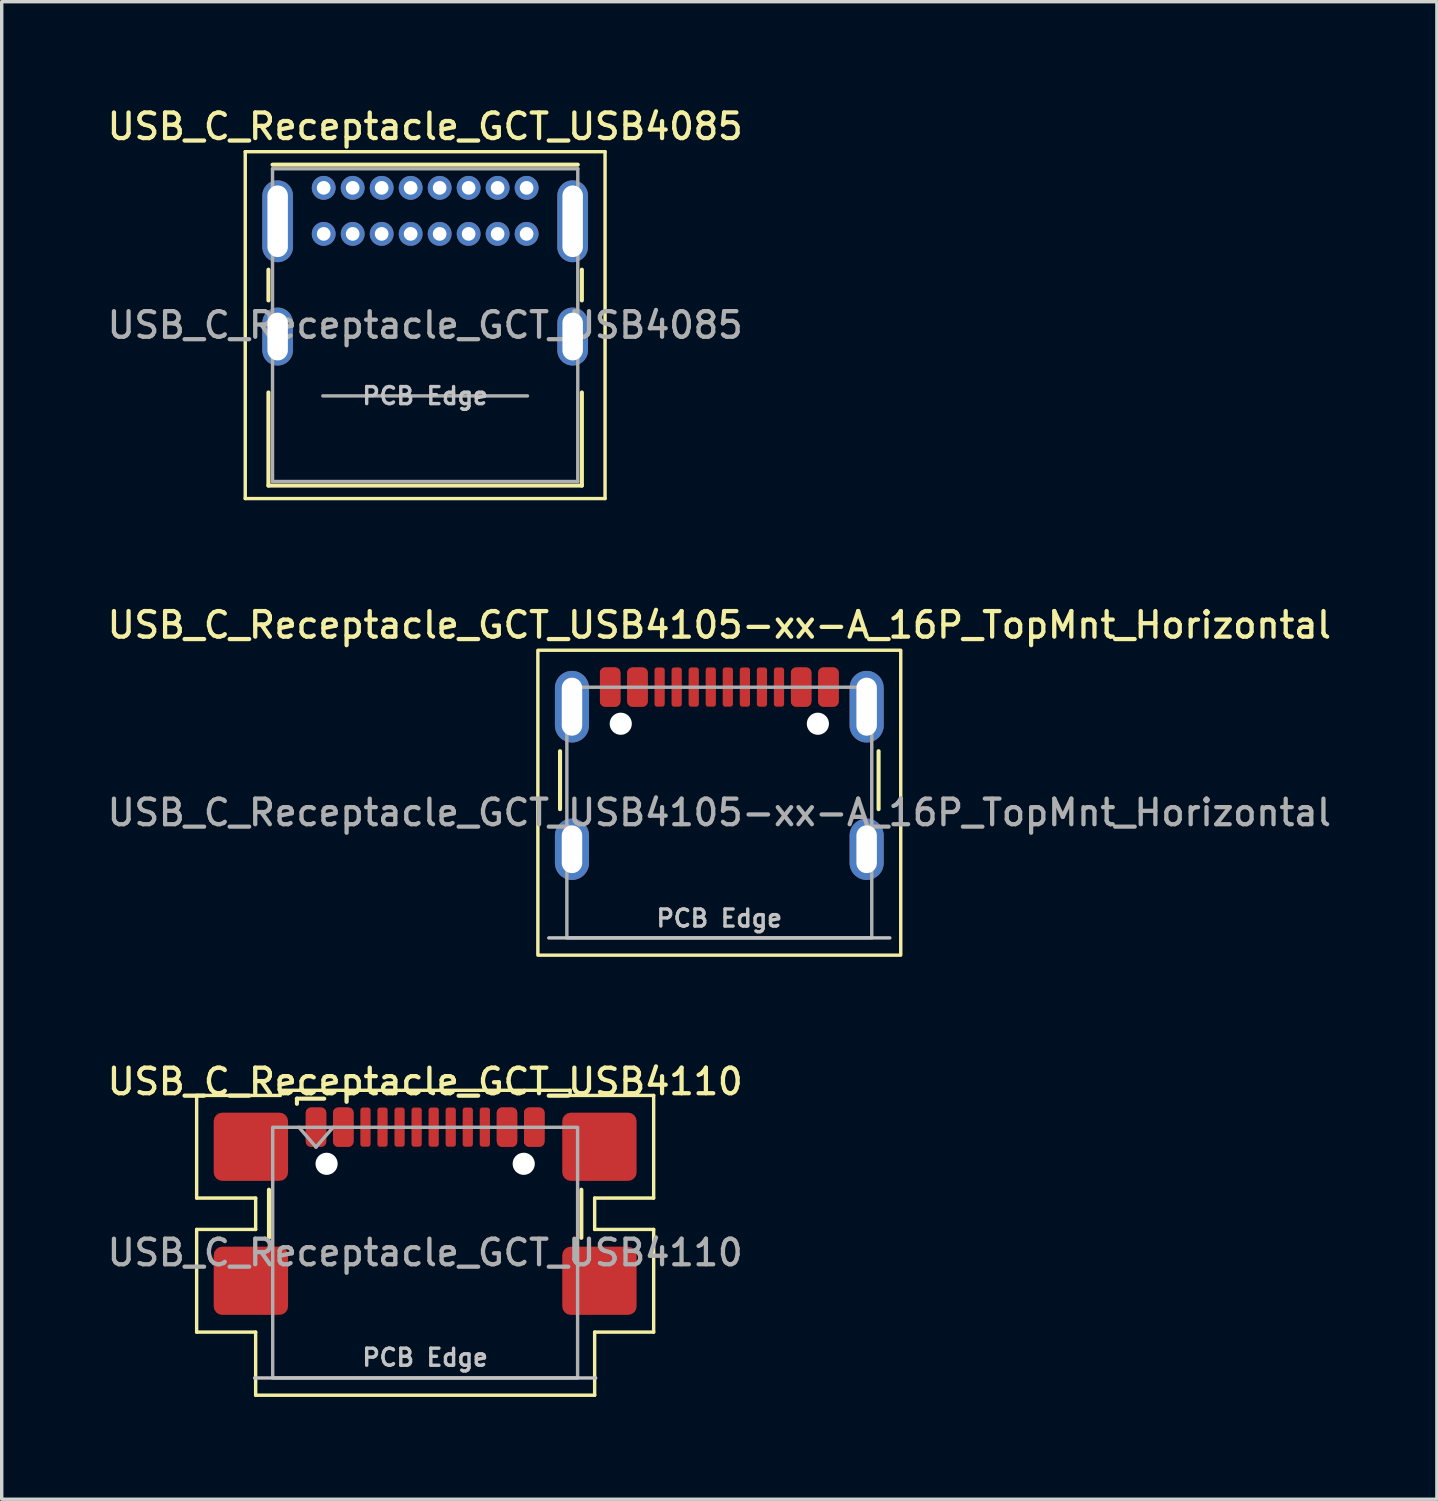
<source format=kicad_pcb>
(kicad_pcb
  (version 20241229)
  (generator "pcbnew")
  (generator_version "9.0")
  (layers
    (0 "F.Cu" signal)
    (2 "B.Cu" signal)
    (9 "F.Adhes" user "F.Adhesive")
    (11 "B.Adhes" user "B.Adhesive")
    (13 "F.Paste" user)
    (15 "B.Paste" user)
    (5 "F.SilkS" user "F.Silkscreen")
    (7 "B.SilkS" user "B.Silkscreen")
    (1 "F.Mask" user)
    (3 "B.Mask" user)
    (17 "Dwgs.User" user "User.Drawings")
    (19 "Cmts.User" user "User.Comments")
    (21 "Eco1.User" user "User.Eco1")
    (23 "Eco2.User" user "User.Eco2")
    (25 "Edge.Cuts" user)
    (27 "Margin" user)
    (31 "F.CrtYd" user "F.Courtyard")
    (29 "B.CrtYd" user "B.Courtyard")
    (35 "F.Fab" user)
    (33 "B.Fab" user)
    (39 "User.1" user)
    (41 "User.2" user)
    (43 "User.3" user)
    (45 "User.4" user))
  (footprint "USB_C_Receptacle_GCT_USB4105-xx-A_16P_TopMnt_Horizontal"
    (layer "F.Cu")
    (at 18.041 20.776)
    (property "Reference" "USB_C_Receptacle_GCT_USB4105-xx-A_16P_TopMnt_Horizontal" (at 0 -5.5 0) (unlocked yes) (layer "F.SilkS") (effects (font (size 0.75 0.75) (thickness 0.125))))
    (attr smd)
    (fp_line (start -4.67 -0.1) (end -4.67 -1.8) (stroke (width 0.12) (type solid)) (layer "F.SilkS"))
    (fp_line (start 4.67 -0.1) (end 4.67 -1.8) (stroke (width 0.12) (type solid)) (layer "F.SilkS"))
    (fp_rect (start -5.32 -4.76) (end 5.32 4.18) (stroke (width 0.1) (type solid)) (fill no) (layer "F.SilkS"))
    (fp_line (start 5 3.675) (end -5 3.675) (stroke (width 0.1) (type solid)) (layer "Dwgs.User"))
    (fp_rect (start -4.47 -3.675) (end 4.47 3.675) (stroke (width 0.1) (type solid)) (fill no) (layer "F.Fab"))
    (fp_text user "PCB Edge" (at 0 3.1 0) (unlocked yes) (layer "Dwgs.User") (effects (font (size 0.5 0.5) (thickness 0.1))))
    (fp_text user "${REFERENCE}" (at 0 0 0) (unlocked yes) (layer "F.Fab") (effects (font (size 0.75 0.75) (thickness 0.125))))
    (pad "" np_thru_hole circle (at -2.89 -2.605) (size 0.65 0.65) (drill 0.65) (layers "*.Cu" "*.Mask"))
    (pad "" np_thru_hole circle (at 2.89 -2.605) (size 0.65 0.65) (drill 0.65) (layers "*.Cu" "*.Mask"))
    (pad "A1" smd roundrect (at -3.2 -3.68) (size 0.6 1.15) (layers "F.Cu" "F.Mask" "F.Paste") (roundrect_rratio 0.25))
    (pad "A4" smd roundrect (at -2.4 -3.68) (size 0.6 1.15) (layers "F.Cu" "F.Mask" "F.Paste") (roundrect_rratio 0.25))
    (pad "A5" smd roundrect (at -1.25 -3.68) (size 0.3 1.15) (layers "F.Cu" "F.Mask" "F.Paste") (roundrect_rratio 0.25))
    (pad "A6" smd roundrect (at -0.25 -3.68) (size 0.3 1.15) (layers "F.Cu" "F.Mask" "F.Paste") (roundrect_rratio 0.25))
    (pad "A7" smd roundrect (at 0.25 -3.68) (size 0.3 1.15) (layers "F.Cu" "F.Mask" "F.Paste") (roundrect_rratio 0.25))
    (pad "A8" smd roundrect (at 1.25 -3.68) (size 0.3 1.15) (layers "F.Cu" "F.Mask" "F.Paste") (roundrect_rratio 0.25))
    (pad "A9" smd roundrect (at 2.4 -3.68) (size 0.6 1.15) (layers "F.Cu" "F.Mask" "F.Paste") (roundrect_rratio 0.25))
    (pad "A12" smd roundrect (at 3.2 -3.68) (size 0.6 1.15) (layers "F.Cu" "F.Mask" "F.Paste") (roundrect_rratio 0.25))
    (pad "B1" smd roundrect (at 3.2 -3.68) (size 0.6 1.15) (layers "F.Cu" "F.Mask" "F.Paste") (roundrect_rratio 0.25))
    (pad "B4" smd roundrect (at 2.4 -3.68) (size 0.6 1.15) (layers "F.Cu" "F.Mask" "F.Paste") (roundrect_rratio 0.25))
    (pad "B5" smd roundrect (at 1.75 -3.68) (size 0.3 1.15) (layers "F.Cu" "F.Mask" "F.Paste") (roundrect_rratio 0.25))
    (pad "B6" smd roundrect (at 0.75 -3.68) (size 0.3 1.15) (layers "F.Cu" "F.Mask" "F.Paste") (roundrect_rratio 0.25))
    (pad "B7" smd roundrect (at -0.75 -3.68) (size 0.3 1.15) (layers "F.Cu" "F.Mask" "F.Paste") (roundrect_rratio 0.25))
    (pad "B8" smd roundrect (at -1.75 -3.68) (size 0.3 1.15) (layers "F.Cu" "F.Mask" "F.Paste") (roundrect_rratio 0.25))
    (pad "B9" smd roundrect (at -2.4 -3.68) (size 0.6 1.15) (layers "F.Cu" "F.Mask" "F.Paste") (roundrect_rratio 0.25))
    (pad "B12" smd roundrect (at -3.2 -3.68) (size 0.6 1.15) (layers "F.Cu" "F.Mask" "F.Paste") (roundrect_rratio 0.25))
    (pad "S1" thru_hole oval (at -4.32 -3.105) (size 1 2.1) (drill oval 0.6 1.7) (layers "*.Cu" "*.Mask" "F.Paste"))
    (pad "S1" thru_hole oval (at -4.32 1.075) (size 1 1.8) (drill oval 0.6 1.4) (layers "*.Cu" "*.Mask" "F.Paste"))
    (pad "S1" thru_hole oval (at 4.32 -3.105) (size 1 2.1) (drill oval 0.6 1.7) (layers "*.Cu" "*.Mask" "F.Paste"))
    (pad "S1" thru_hole oval (at 4.32 1.075) (size 1 1.8) (drill oval 0.6 1.4) (layers "*.Cu" "*.Mask" "F.Paste")))
  (footprint "USB_C_Receptacle_GCT_USB4110"
    (layer "F.Cu")
    (at 9.416 33.679)
    (property "Reference" "USB_C_Receptacle_GCT_USB4110" (at 0 -5.015 0) (unlocked yes) (layer "F.SilkS") (effects (font (size 0.75 0.75) (thickness 0.125))))
    (attr smd)
    (fp_line (start -6.7 -4.61) (end -4.25 -4.61) (stroke (width 0.1) (type default)) (layer "F.SilkS"))
    (fp_line (start -6.7 -1.6) (end -6.7 -4.61) (stroke (width 0.1) (type default)) (layer "F.SilkS"))
    (fp_line (start -6.7 -0.68) (end -4.97 -0.68) (stroke (width 0.1) (type default)) (layer "F.SilkS"))
    (fp_line (start -6.7 2.33) (end -6.7 -0.68) (stroke (width 0.1) (type default)) (layer "F.SilkS"))
    (fp_line (start -4.97 -1.6) (end -6.7 -1.6) (stroke (width 0.1) (type default)) (layer "F.SilkS"))
    (fp_line (start -4.97 -0.68) (end -4.97 -1.6) (stroke (width 0.1) (type default)) (layer "F.SilkS"))
    (fp_line (start -4.97 2.33) (end -6.7 2.33) (stroke (width 0.1) (type default)) (layer "F.SilkS"))
    (fp_line (start -4.97 4.18) (end -4.97 2.33) (stroke (width 0.1) (type default)) (layer "F.SilkS"))
    (fp_line (start -4.58 -0.435) (end -4.58 -1.845) (stroke (width 0.12) (type default)) (layer "F.SilkS"))
    (fp_line (start -4.25 -4.76) (end 4.25 -4.76) (stroke (width 0.1) (type default)) (layer "F.SilkS"))
    (fp_line (start -4.25 -4.61) (end -4.25 -4.76) (stroke (width 0.1) (type default)) (layer "F.SilkS"))
    (fp_line (start -3.76 -4.515) (end -3.76 -4.365) (stroke (width 0.12) (type default)) (layer "F.SilkS"))
    (fp_line (start -2.96 -4.515) (end -3.76 -4.515) (stroke (width 0.12) (type default)) (layer "F.SilkS"))
    (fp_line (start 4.25 -4.76) (end 4.25 -4.61) (stroke (width 0.1) (type default)) (layer "F.SilkS"))
    (fp_line (start 4.25 -4.61) (end 6.7 -4.61) (stroke (width 0.1) (type default)) (layer "F.SilkS"))
    (fp_line (start 4.58 -0.435) (end 4.58 -1.845) (stroke (width 0.12) (type default)) (layer "F.SilkS"))
    (fp_line (start 4.97 -1.6) (end 4.97 -0.68) (stroke (width 0.1) (type default)) (layer "F.SilkS"))
    (fp_line (start 4.97 -0.68) (end 6.7 -0.68) (stroke (width 0.1) (type default)) (layer "F.SilkS"))
    (fp_line (start 4.97 2.33) (end 4.97 4.18) (stroke (width 0.1) (type default)) (layer "F.SilkS"))
    (fp_line (start 4.97 4.18) (end -4.97 4.18) (stroke (width 0.1) (type default)) (layer "F.SilkS"))
    (fp_line (start 6.7 -4.61) (end 6.7 -1.6) (stroke (width 0.1) (type default)) (layer "F.SilkS"))
    (fp_line (start 6.7 -1.6) (end 4.97 -1.6) (stroke (width 0.1) (type default)) (layer "F.SilkS"))
    (fp_line (start 6.7 -0.68) (end 6.7 2.33) (stroke (width 0.1) (type default)) (layer "F.SilkS"))
    (fp_line (start 6.7 2.33) (end 4.97 2.33) (stroke (width 0.1) (type default)) (layer "F.SilkS"))
    (fp_line (start -5 3.675) (end 5 3.675) (stroke (width 0.1) (type default)) (layer "Dwgs.User"))
    (fp_line (start -3.7 -3.675) (end -3.2 -3.095) (stroke (width 0.1) (type default)) (layer "F.Fab"))
    (fp_line (start -3.2 -3.095) (end -2.7 -3.675) (stroke (width 0.1) (type default)) (layer "F.Fab"))
    (fp_rect (start -4.47 -3.675) (end 4.47 3.675) (stroke (width 0.1) (type default)) (fill no) (layer "F.Fab"))
    (fp_text user "PCB Edge" (at 0 3.075 0) (unlocked yes) (layer "Dwgs.User") (effects (font (size 0.5 0.5) (thickness 0.1) (bold yes))))
    (fp_text user "${REFERENCE}" (at 0 0 0) (unlocked yes) (layer "F.Fab") (effects (font (size 0.75 0.75) (thickness 0.125))))
    (pad "" np_thru_hole circle (at -2.89 -2.605) (size 0.65 0.65) (drill 0.65) (layers "*.Cu" "*.Mask"))
    (pad "" np_thru_hole circle (at 2.89 -2.605) (size 0.65 0.65) (drill 0.65) (layers "*.Cu" "*.Mask"))
    (pad "A1" smd roundrect (at -3.2 -3.68) (size 0.6 1.15) (layers "F.Cu" "F.Mask" "F.Paste") (roundrect_rratio 0.25))
    (pad "A4" smd roundrect (at -2.4 -3.68) (size 0.6 1.15) (layers "F.Cu" "F.Mask" "F.Paste") (roundrect_rratio 0.25))
    (pad "A5" smd roundrect (at -1.25 -3.68) (size 0.3 1.15) (layers "F.Cu" "F.Mask" "F.Paste") (roundrect_rratio 0.25))
    (pad "A6" smd roundrect (at -0.25 -3.68) (size 0.3 1.15) (layers "F.Cu" "F.Mask" "F.Paste") (roundrect_rratio 0.25))
    (pad "A7" smd roundrect (at 0.25 -3.68) (size 0.3 1.15) (layers "F.Cu" "F.Mask" "F.Paste") (roundrect_rratio 0.25))
    (pad "A8" smd roundrect (at 1.25 -3.68) (size 0.3 1.15) (layers "F.Cu" "F.Mask" "F.Paste") (roundrect_rratio 0.25))
    (pad "A9" smd roundrect (at 2.4 -3.68) (size 0.6 1.15) (layers "F.Cu" "F.Mask" "F.Paste") (roundrect_rratio 0.25))
    (pad "A12" smd roundrect (at 3.2 -3.68) (size 0.6 1.15) (layers "F.Cu" "F.Mask" "F.Paste") (roundrect_rratio 0.25))
    (pad "B1" smd roundrect (at 3.2 -3.68) (size 0.6 1.15) (layers "F.Cu" "F.Mask" "F.Paste") (roundrect_rratio 0.25))
    (pad "B4" smd roundrect (at 2.4 -3.68) (size 0.6 1.15) (layers "F.Cu" "F.Mask" "F.Paste") (roundrect_rratio 0.25))
    (pad "B5" smd roundrect (at 1.75 -3.68) (size 0.3 1.15) (layers "F.Cu" "F.Mask" "F.Paste") (roundrect_rratio 0.25))
    (pad "B6" smd roundrect (at 0.75 -3.68) (size 0.3 1.15) (layers "F.Cu" "F.Mask" "F.Paste") (roundrect_rratio 0.25))
    (pad "B7" smd roundrect (at -0.75 -3.68) (size 0.3 1.15) (layers "F.Cu" "F.Mask" "F.Paste") (roundrect_rratio 0.25))
    (pad "B8" smd roundrect (at -1.75 -3.68) (size 0.3 1.15) (layers "F.Cu" "F.Mask" "F.Paste") (roundrect_rratio 0.25))
    (pad "B9" smd roundrect (at -2.4 -3.68) (size 0.6 1.15) (layers "F.Cu" "F.Mask" "F.Paste") (roundrect_rratio 0.25))
    (pad "B12" smd roundrect (at -3.2 -3.68) (size 0.6 1.15) (layers "F.Cu" "F.Mask" "F.Paste") (roundrect_rratio 0.25))
    (pad "S1" smd roundrect (at -5.11 -3.105) (size 2.18 2) (layers "F.Cu" "F.Mask" "F.Paste") (roundrect_rratio 0.125))
    (pad "S1" smd roundrect (at -5.11 0.825) (size 2.18 2) (layers "F.Cu" "F.Mask" "F.Paste") (roundrect_rratio 0.125))
    (pad "S1" smd roundrect (at 5.11 -3.105) (size 2.18 2) (layers "F.Cu" "F.Mask" "F.Paste") (roundrect_rratio 0.125))
    (pad "S1" smd roundrect (at 5.11 0.825) (size 2.18 2) (layers "F.Cu" "F.Mask" "F.Paste") (roundrect_rratio 0.125)))
  (footprint "USB_C_Receptacle_GCT_USB4085"
    (layer "F.Cu")
    (at 6.441 2.458)
    (property "Reference" "USB_C_Receptacle_GCT_USB4085" (at 2.975 -1.8 0) (layer "F.SilkS") (effects (font (size 0.75 0.75) (thickness 0.125))))
    (attr through_hole)
    (fp_line (start -2.3 -1.06) (end -2.3 9.11) (stroke (width 0.1) (type solid)) (layer "F.SilkS"))
    (fp_line (start -2.3 -1.06) (end 8.25 -1.06) (stroke (width 0.1) (type solid)) (layer "F.SilkS"))
    (fp_line (start -2.3 9.11) (end 8.25 9.11) (stroke (width 0.1) (type solid)) (layer "F.SilkS"))
    (fp_line (start -1.62 2.4) (end -1.62 3.3) (stroke (width 0.12) (type solid)) (layer "F.SilkS"))
    (fp_line (start -1.62 6) (end -1.62 8.73) (stroke (width 0.12) (type solid)) (layer "F.SilkS"))
    (fp_line (start -1.62 8.73) (end 7.57 8.73) (stroke (width 0.12) (type solid)) (layer "F.SilkS"))
    (fp_line (start -1.5 -0.68) (end 7.45 -0.68) (stroke (width 0.12) (type solid)) (layer "F.SilkS"))
    (fp_line (start 7.57 2.4) (end 7.57 3.3) (stroke (width 0.12) (type solid)) (layer "F.SilkS"))
    (fp_line (start 7.57 6) (end 7.57 8.73) (stroke (width 0.12) (type solid)) (layer "F.SilkS"))
    (fp_line (start 8.25 -1.06) (end 8.25 9.11) (stroke (width 0.1) (type solid)) (layer "F.SilkS"))
    (fp_line (start -1.5 -0.56) (end -1.5 8.61) (stroke (width 0.1) (type solid)) (layer "F.Fab"))
    (fp_line (start -1.5 -0.56) (end 7.45 -0.56) (stroke (width 0.1) (type solid)) (layer "F.Fab"))
    (fp_line (start -1.5 8.61) (end 7.45 8.61) (stroke (width 0.1) (type solid)) (layer "F.Fab"))
    (fp_line (start -0.025 6.1) (end 5.975 6.1) (stroke (width 0.1) (type solid)) (layer "F.Fab"))
    (fp_line (start 7.45 -0.56) (end 7.45 8.61) (stroke (width 0.1) (type solid)) (layer "F.Fab"))
    (fp_text user "PCB Edge" (at 2.975 6.1 0) (layer "Dwgs.User") (effects (font (size 0.5 0.5) (thickness 0.1))))
    (fp_text user "${REFERENCE}" (at 2.975 4.025 0) (layer "F.Fab") (effects (font (size 0.75 0.75) (thickness 0.125))))
    (pad "A1" thru_hole circle (at 0 0) (size 0.7 0.7) (drill 0.4) (layers "*.Cu" "*.Mask"))
    (pad "A4" thru_hole circle (at 0.85 0) (size 0.7 0.7) (drill 0.4) (layers "*.Cu" "*.Mask"))
    (pad "A5" thru_hole circle (at 1.7 0) (size 0.7 0.7) (drill 0.4) (layers "*.Cu" "*.Mask"))
    (pad "A6" thru_hole circle (at 2.55 0) (size 0.7 0.7) (drill 0.4) (layers "*.Cu" "*.Mask"))
    (pad "A7" thru_hole circle (at 3.4 0) (size 0.7 0.7) (drill 0.4) (layers "*.Cu" "*.Mask"))
    (pad "A8" thru_hole circle (at 4.25 0) (size 0.7 0.7) (drill 0.4) (layers "*.Cu" "*.Mask"))
    (pad "A9" thru_hole circle (at 5.1 0) (size 0.7 0.7) (drill 0.4) (layers "*.Cu" "*.Mask"))
    (pad "A12" thru_hole circle (at 5.95 0) (size 0.7 0.7) (drill 0.4) (layers "*.Cu" "*.Mask"))
    (pad "B1" thru_hole circle (at 5.95 1.35) (size 0.7 0.7) (drill 0.4) (layers "*.Cu" "*.Mask"))
    (pad "B4" thru_hole circle (at 5.1 1.35) (size 0.7 0.7) (drill 0.4) (layers "*.Cu" "*.Mask"))
    (pad "B5" thru_hole circle (at 4.25 1.35) (size 0.7 0.7) (drill 0.4) (layers "*.Cu" "*.Mask"))
    (pad "B6" thru_hole circle (at 3.4 1.35) (size 0.7 0.7) (drill 0.4) (layers "*.Cu" "*.Mask"))
    (pad "B7" thru_hole circle (at 2.55 1.35) (size 0.7 0.7) (drill 0.4) (layers "*.Cu" "*.Mask"))
    (pad "B8" thru_hole circle (at 1.7 1.35) (size 0.7 0.7) (drill 0.4) (layers "*.Cu" "*.Mask"))
    (pad "B9" thru_hole circle (at 0.85 1.35) (size 0.7 0.7) (drill 0.4) (layers "*.Cu" "*.Mask"))
    (pad "B12" thru_hole circle (at 0 1.35) (size 0.7 0.7) (drill 0.4) (layers "*.Cu" "*.Mask"))
    (pad "S1" thru_hole oval (at -1.35 0.98) (size 0.9 2.4) (drill oval 0.6 2.1) (layers "*.Cu" "*.Mask"))
    (pad "S1" thru_hole oval (at -1.35 4.36) (size 0.9 1.7) (drill oval 0.6 1.4) (layers "*.Cu" "*.Mask"))
    (pad "S1" thru_hole oval (at 7.3 0.98) (size 0.9 2.4) (drill oval 0.6 2.1) (layers "*.Cu" "*.Mask"))
    (pad "S1" thru_hole oval (at 7.3 4.36) (size 0.9 1.7) (drill oval 0.6 1.4) (layers "*.Cu" "*.Mask")))
  (gr_rect
    (start -3 -3)
    (end 39.082 40.909)
    (stroke (width 0.1) (type default))
    (fill no)
    (layer "Edge.Cuts")))
</source>
